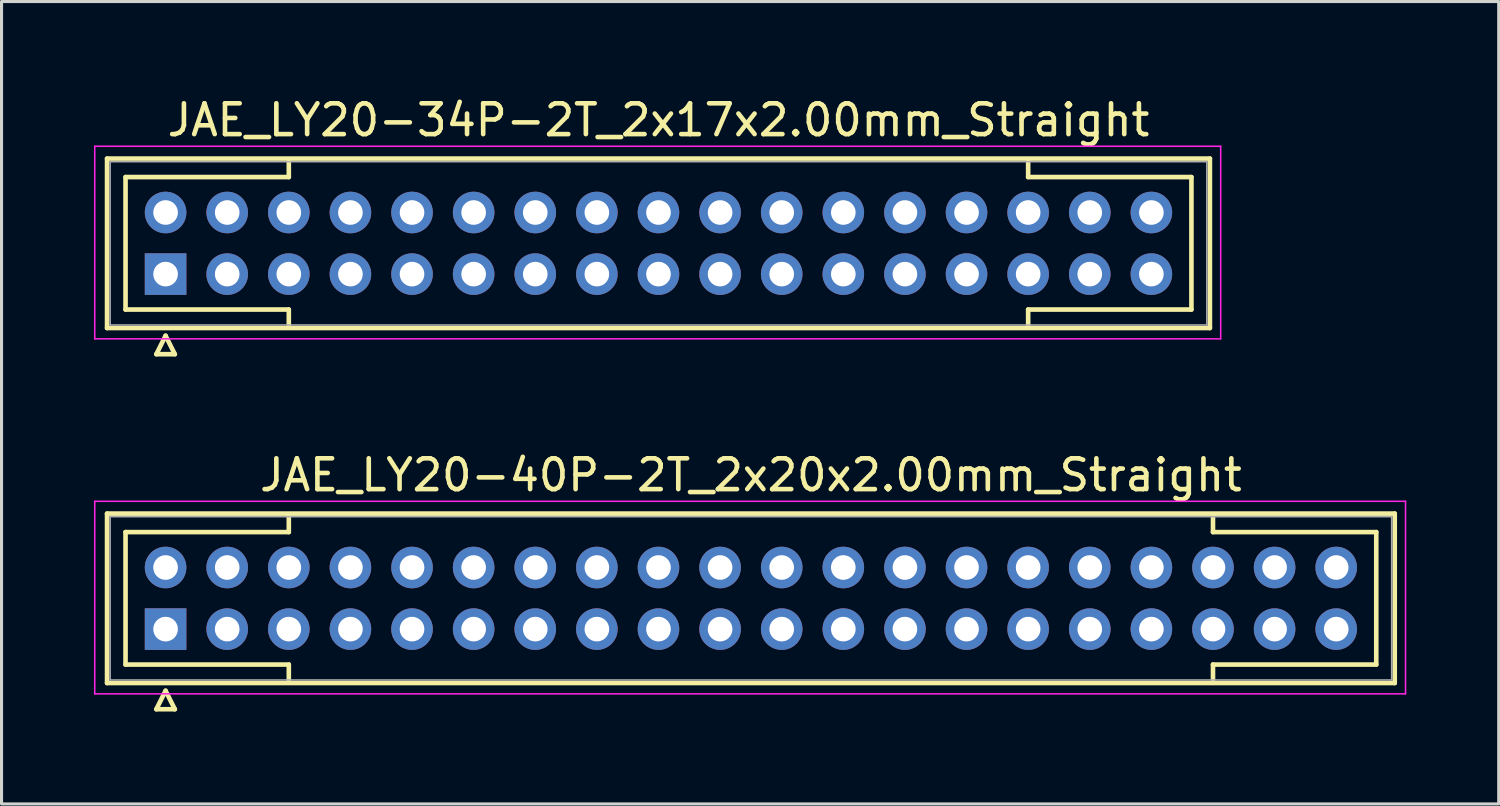
<source format=kicad_pcb>
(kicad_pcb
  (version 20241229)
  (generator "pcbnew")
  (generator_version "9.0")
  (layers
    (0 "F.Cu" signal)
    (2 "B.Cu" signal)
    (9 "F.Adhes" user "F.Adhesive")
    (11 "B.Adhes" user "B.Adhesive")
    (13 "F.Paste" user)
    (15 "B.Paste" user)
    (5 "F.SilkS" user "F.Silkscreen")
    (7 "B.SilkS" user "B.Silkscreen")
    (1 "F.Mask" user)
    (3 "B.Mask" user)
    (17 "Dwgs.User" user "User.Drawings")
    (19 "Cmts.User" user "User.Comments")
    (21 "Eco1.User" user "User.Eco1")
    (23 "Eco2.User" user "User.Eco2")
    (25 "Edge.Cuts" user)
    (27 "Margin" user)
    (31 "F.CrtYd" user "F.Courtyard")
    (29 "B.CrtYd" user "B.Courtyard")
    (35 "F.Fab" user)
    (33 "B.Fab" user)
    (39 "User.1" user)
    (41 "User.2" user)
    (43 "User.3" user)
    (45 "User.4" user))
  (footprint "JAE_LY20-34P-2T_2x17x2.00mm_Straight"
    (layer "F.Cu")
    (at 2.325 5.848)
    (property "Reference" "JAE_LY20-34P-2T_2x17x2.00mm_Straight" (at 16 -5 0) (layer "F.SilkS") (effects (font (size 1 1) (thickness 0.15))))
    (attr through_hole)
    (fp_line (start -1.9 -3.75) (end -1.9 1.75) (stroke (width 0.15) (type solid)) (layer "F.SilkS"))
    (fp_line (start -1.9 1.75) (end 33.9 1.75) (stroke (width 0.15) (type solid)) (layer "F.SilkS"))
    (fp_line (start -1.3 -3.15) (end 4 -3.15) (stroke (width 0.15) (type solid)) (layer "F.SilkS"))
    (fp_line (start -1.3 1.15) (end -1.3 -3.15) (stroke (width 0.15) (type solid)) (layer "F.SilkS"))
    (fp_line (start -0.3 2.6) (end 0.3 2.6) (stroke (width 0.15) (type solid)) (layer "F.SilkS"))
    (fp_line (start 0 2) (end -0.3 2.6) (stroke (width 0.15) (type solid)) (layer "F.SilkS"))
    (fp_line (start 0.3 2.6) (end 0 2) (stroke (width 0.15) (type solid)) (layer "F.SilkS"))
    (fp_line (start 4 -3.15) (end 4 -3.65) (stroke (width 0.15) (type solid)) (layer "F.SilkS"))
    (fp_line (start 4 1.15) (end -1.3 1.15) (stroke (width 0.15) (type solid)) (layer "F.SilkS"))
    (fp_line (start 4 1.65) (end 4 1.15) (stroke (width 0.15) (type solid)) (layer "F.SilkS"))
    (fp_line (start 28 -3.15) (end 28 -3.65) (stroke (width 0.15) (type solid)) (layer "F.SilkS"))
    (fp_line (start 28 1.15) (end 33.3 1.15) (stroke (width 0.15) (type solid)) (layer "F.SilkS"))
    (fp_line (start 28 1.65) (end 28 1.15) (stroke (width 0.15) (type solid)) (layer "F.SilkS"))
    (fp_line (start 33.3 -3.15) (end 28 -3.15) (stroke (width 0.15) (type solid)) (layer "F.SilkS"))
    (fp_line (start 33.3 1.15) (end 33.3 -3.15) (stroke (width 0.15) (type solid)) (layer "F.SilkS"))
    (fp_line (start 33.9 -3.75) (end -1.9 -3.75) (stroke (width 0.15) (type solid)) (layer "F.SilkS"))
    (fp_line (start 33.9 1.75) (end 33.9 -3.75) (stroke (width 0.15) (type solid)) (layer "F.SilkS"))
    (fp_line (start -2.3 -4.15) (end -2.3 2.1) (stroke (width 0.05) (type solid)) (layer "F.CrtYd"))
    (fp_line (start -2.3 2.1) (end 34.25 2.1) (stroke (width 0.05) (type solid)) (layer "F.CrtYd"))
    (fp_line (start 34.25 -4.15) (end -2.3 -4.15) (stroke (width 0.05) (type solid)) (layer "F.CrtYd"))
    (fp_line (start 34.25 2.1) (end 34.25 -4.15) (stroke (width 0.05) (type solid)) (layer "F.CrtYd"))
    (fp_line (start -1.8 -3.65) (end -1.8 1.65) (stroke (width 0.05) (type solid)) (layer "F.Fab"))
    (fp_line (start -1.8 1.65) (end 33.8 1.65) (stroke (width 0.05) (type solid)) (layer "F.Fab"))
    (fp_line (start 33.8 -3.65) (end -1.8 -3.65) (stroke (width 0.05) (type solid)) (layer "F.Fab"))
    (fp_line (start 33.8 1.65) (end 33.8 -3.65) (stroke (width 0.05) (type solid)) (layer "F.Fab"))
    (pad "1" thru_hole rect (at 0 0) (size 1.35 1.35) (drill 0.8) (layers "*.Cu" "*.Mask"))
    (pad "2" thru_hole circle (at 2 0) (size 1.35 1.35) (drill 0.8) (layers "*.Cu" "*.Mask"))
    (pad "3" thru_hole circle (at 4 0) (size 1.35 1.35) (drill 0.8) (layers "*.Cu" "*.Mask"))
    (pad "4" thru_hole circle (at 6 0) (size 1.35 1.35) (drill 0.8) (layers "*.Cu" "*.Mask"))
    (pad "5" thru_hole circle (at 8 0) (size 1.35 1.35) (drill 0.8) (layers "*.Cu" "*.Mask"))
    (pad "6" thru_hole circle (at 10 0) (size 1.35 1.35) (drill 0.8) (layers "*.Cu" "*.Mask"))
    (pad "7" thru_hole circle (at 12 0) (size 1.35 1.35) (drill 0.8) (layers "*.Cu" "*.Mask"))
    (pad "8" thru_hole circle (at 14 0) (size 1.35 1.35) (drill 0.8) (layers "*.Cu" "*.Mask"))
    (pad "9" thru_hole circle (at 16 0) (size 1.35 1.35) (drill 0.8) (layers "*.Cu" "*.Mask"))
    (pad "10" thru_hole circle (at 18 0) (size 1.35 1.35) (drill 0.8) (layers "*.Cu" "*.Mask"))
    (pad "11" thru_hole circle (at 20 0) (size 1.35 1.35) (drill 0.8) (layers "*.Cu" "*.Mask"))
    (pad "12" thru_hole circle (at 22 0) (size 1.35 1.35) (drill 0.8) (layers "*.Cu" "*.Mask"))
    (pad "13" thru_hole circle (at 24 0) (size 1.35 1.35) (drill 0.8) (layers "*.Cu" "*.Mask"))
    (pad "14" thru_hole circle (at 26 0) (size 1.35 1.35) (drill 0.8) (layers "*.Cu" "*.Mask"))
    (pad "15" thru_hole circle (at 28 0) (size 1.35 1.35) (drill 0.8) (layers "*.Cu" "*.Mask"))
    (pad "16" thru_hole circle (at 30 0) (size 1.35 1.35) (drill 0.8) (layers "*.Cu" "*.Mask"))
    (pad "17" thru_hole circle (at 32 0) (size 1.35 1.35) (drill 0.8) (layers "*.Cu" "*.Mask"))
    (pad "18" thru_hole circle (at 0 -2) (size 1.35 1.35) (drill 0.8) (layers "*.Cu" "*.Mask"))
    (pad "19" thru_hole circle (at 2 -2) (size 1.35 1.35) (drill 0.8) (layers "*.Cu" "*.Mask"))
    (pad "20" thru_hole circle (at 4 -2) (size 1.35 1.35) (drill 0.8) (layers "*.Cu" "*.Mask"))
    (pad "21" thru_hole circle (at 6 -2) (size 1.35 1.35) (drill 0.8) (layers "*.Cu" "*.Mask"))
    (pad "22" thru_hole circle (at 8 -2) (size 1.35 1.35) (drill 0.8) (layers "*.Cu" "*.Mask"))
    (pad "23" thru_hole circle (at 10 -2) (size 1.35 1.35) (drill 0.8) (layers "*.Cu" "*.Mask"))
    (pad "24" thru_hole circle (at 12 -2) (size 1.35 1.35) (drill 0.8) (layers "*.Cu" "*.Mask"))
    (pad "25" thru_hole circle (at 14 -2) (size 1.35 1.35) (drill 0.8) (layers "*.Cu" "*.Mask"))
    (pad "26" thru_hole circle (at 16 -2) (size 1.35 1.35) (drill 0.8) (layers "*.Cu" "*.Mask"))
    (pad "27" thru_hole circle (at 18 -2) (size 1.35 1.35) (drill 0.8) (layers "*.Cu" "*.Mask"))
    (pad "28" thru_hole circle (at 20 -2) (size 1.35 1.35) (drill 0.8) (layers "*.Cu" "*.Mask"))
    (pad "29" thru_hole circle (at 22 -2) (size 1.35 1.35) (drill 0.8) (layers "*.Cu" "*.Mask"))
    (pad "30" thru_hole circle (at 24 -2) (size 1.35 1.35) (drill 0.8) (layers "*.Cu" "*.Mask"))
    (pad "31" thru_hole circle (at 26 -2) (size 1.35 1.35) (drill 0.8) (layers "*.Cu" "*.Mask"))
    (pad "32" thru_hole circle (at 28 -2) (size 1.35 1.35) (drill 0.8) (layers "*.Cu" "*.Mask"))
    (pad "33" thru_hole circle (at 30 -2) (size 1.35 1.35) (drill 0.8) (layers "*.Cu" "*.Mask"))
    (pad "34" thru_hole circle (at 32 -2) (size 1.35 1.35) (drill 0.8) (layers "*.Cu" "*.Mask")))
  (footprint "JAE_LY20-40P-2T_2x20x2.00mm_Straight"
    (layer "F.Cu")
    (at 2.325 17.372)
    (property "Reference" "JAE_LY20-40P-2T_2x20x2.00mm_Straight" (at 19 -5 0) (layer "F.SilkS") (effects (font (size 1 1) (thickness 0.15))))
    (attr through_hole)
    (fp_line (start -1.9 -3.75) (end -1.9 1.75) (stroke (width 0.15) (type solid)) (layer "F.SilkS"))
    (fp_line (start -1.9 1.75) (end 39.9 1.75) (stroke (width 0.15) (type solid)) (layer "F.SilkS"))
    (fp_line (start -1.3 -3.15) (end 4 -3.15) (stroke (width 0.15) (type solid)) (layer "F.SilkS"))
    (fp_line (start -1.3 1.15) (end -1.3 -3.15) (stroke (width 0.15) (type solid)) (layer "F.SilkS"))
    (fp_line (start -0.3 2.6) (end 0.3 2.6) (stroke (width 0.15) (type solid)) (layer "F.SilkS"))
    (fp_line (start 0 2) (end -0.3 2.6) (stroke (width 0.15) (type solid)) (layer "F.SilkS"))
    (fp_line (start 0.3 2.6) (end 0 2) (stroke (width 0.15) (type solid)) (layer "F.SilkS"))
    (fp_line (start 4 -3.15) (end 4 -3.65) (stroke (width 0.15) (type solid)) (layer "F.SilkS"))
    (fp_line (start 4 1.15) (end -1.3 1.15) (stroke (width 0.15) (type solid)) (layer "F.SilkS"))
    (fp_line (start 4 1.65) (end 4 1.15) (stroke (width 0.15) (type solid)) (layer "F.SilkS"))
    (fp_line (start 34 -3.15) (end 34 -3.65) (stroke (width 0.15) (type solid)) (layer "F.SilkS"))
    (fp_line (start 34 1.15) (end 39.3 1.15) (stroke (width 0.15) (type solid)) (layer "F.SilkS"))
    (fp_line (start 34 1.65) (end 34 1.15) (stroke (width 0.15) (type solid)) (layer "F.SilkS"))
    (fp_line (start 39.3 -3.15) (end 34 -3.15) (stroke (width 0.15) (type solid)) (layer "F.SilkS"))
    (fp_line (start 39.3 1.15) (end 39.3 -3.15) (stroke (width 0.15) (type solid)) (layer "F.SilkS"))
    (fp_line (start 39.9 -3.75) (end -1.9 -3.75) (stroke (width 0.15) (type solid)) (layer "F.SilkS"))
    (fp_line (start 39.9 1.75) (end 39.9 -3.75) (stroke (width 0.15) (type solid)) (layer "F.SilkS"))
    (fp_line (start -2.3 -4.15) (end -2.3 2.1) (stroke (width 0.05) (type solid)) (layer "F.CrtYd"))
    (fp_line (start -2.3 2.1) (end 40.25 2.1) (stroke (width 0.05) (type solid)) (layer "F.CrtYd"))
    (fp_line (start 40.25 -4.15) (end -2.3 -4.15) (stroke (width 0.05) (type solid)) (layer "F.CrtYd"))
    (fp_line (start 40.25 2.1) (end 40.25 -4.15) (stroke (width 0.05) (type solid)) (layer "F.CrtYd"))
    (fp_line (start -1.8 -3.65) (end -1.8 1.65) (stroke (width 0.05) (type solid)) (layer "F.Fab"))
    (fp_line (start -1.8 1.65) (end 39.8 1.65) (stroke (width 0.05) (type solid)) (layer "F.Fab"))
    (fp_line (start 39.8 -3.65) (end -1.8 -3.65) (stroke (width 0.05) (type solid)) (layer "F.Fab"))
    (fp_line (start 39.8 1.65) (end 39.8 -3.65) (stroke (width 0.05) (type solid)) (layer "F.Fab"))
    (pad "1" thru_hole rect (at 0 0) (size 1.35 1.35) (drill 0.8) (layers "*.Cu" "*.Mask"))
    (pad "2" thru_hole circle (at 2 0) (size 1.35 1.35) (drill 0.8) (layers "*.Cu" "*.Mask"))
    (pad "3" thru_hole circle (at 4 0) (size 1.35 1.35) (drill 0.8) (layers "*.Cu" "*.Mask"))
    (pad "4" thru_hole circle (at 6 0) (size 1.35 1.35) (drill 0.8) (layers "*.Cu" "*.Mask"))
    (pad "5" thru_hole circle (at 8 0) (size 1.35 1.35) (drill 0.8) (layers "*.Cu" "*.Mask"))
    (pad "6" thru_hole circle (at 10 0) (size 1.35 1.35) (drill 0.8) (layers "*.Cu" "*.Mask"))
    (pad "7" thru_hole circle (at 12 0) (size 1.35 1.35) (drill 0.8) (layers "*.Cu" "*.Mask"))
    (pad "8" thru_hole circle (at 14 0) (size 1.35 1.35) (drill 0.8) (layers "*.Cu" "*.Mask"))
    (pad "9" thru_hole circle (at 16 0) (size 1.35 1.35) (drill 0.8) (layers "*.Cu" "*.Mask"))
    (pad "10" thru_hole circle (at 18 0) (size 1.35 1.35) (drill 0.8) (layers "*.Cu" "*.Mask"))
    (pad "11" thru_hole circle (at 20 0) (size 1.35 1.35) (drill 0.8) (layers "*.Cu" "*.Mask"))
    (pad "12" thru_hole circle (at 22 0) (size 1.35 1.35) (drill 0.8) (layers "*.Cu" "*.Mask"))
    (pad "13" thru_hole circle (at 24 0) (size 1.35 1.35) (drill 0.8) (layers "*.Cu" "*.Mask"))
    (pad "14" thru_hole circle (at 26 0) (size 1.35 1.35) (drill 0.8) (layers "*.Cu" "*.Mask"))
    (pad "15" thru_hole circle (at 28 0) (size 1.35 1.35) (drill 0.8) (layers "*.Cu" "*.Mask"))
    (pad "16" thru_hole circle (at 30 0) (size 1.35 1.35) (drill 0.8) (layers "*.Cu" "*.Mask"))
    (pad "17" thru_hole circle (at 32 0) (size 1.35 1.35) (drill 0.8) (layers "*.Cu" "*.Mask"))
    (pad "18" thru_hole circle (at 34 0) (size 1.35 1.35) (drill 0.8) (layers "*.Cu" "*.Mask"))
    (pad "19" thru_hole circle (at 36 0) (size 1.35 1.35) (drill 0.8) (layers "*.Cu" "*.Mask"))
    (pad "20" thru_hole circle (at 38 0) (size 1.35 1.35) (drill 0.8) (layers "*.Cu" "*.Mask"))
    (pad "21" thru_hole circle (at 0 -2) (size 1.35 1.35) (drill 0.8) (layers "*.Cu" "*.Mask"))
    (pad "22" thru_hole circle (at 2 -2) (size 1.35 1.35) (drill 0.8) (layers "*.Cu" "*.Mask"))
    (pad "23" thru_hole circle (at 4 -2) (size 1.35 1.35) (drill 0.8) (layers "*.Cu" "*.Mask"))
    (pad "24" thru_hole circle (at 6 -2) (size 1.35 1.35) (drill 0.8) (layers "*.Cu" "*.Mask"))
    (pad "25" thru_hole circle (at 8 -2) (size 1.35 1.35) (drill 0.8) (layers "*.Cu" "*.Mask"))
    (pad "26" thru_hole circle (at 10 -2) (size 1.35 1.35) (drill 0.8) (layers "*.Cu" "*.Mask"))
    (pad "27" thru_hole circle (at 12 -2) (size 1.35 1.35) (drill 0.8) (layers "*.Cu" "*.Mask"))
    (pad "28" thru_hole circle (at 14 -2) (size 1.35 1.35) (drill 0.8) (layers "*.Cu" "*.Mask"))
    (pad "29" thru_hole circle (at 16 -2) (size 1.35 1.35) (drill 0.8) (layers "*.Cu" "*.Mask"))
    (pad "30" thru_hole circle (at 18 -2) (size 1.35 1.35) (drill 0.8) (layers "*.Cu" "*.Mask"))
    (pad "31" thru_hole circle (at 20 -2) (size 1.35 1.35) (drill 0.8) (layers "*.Cu" "*.Mask"))
    (pad "32" thru_hole circle (at 22 -2) (size 1.35 1.35) (drill 0.8) (layers "*.Cu" "*.Mask"))
    (pad "33" thru_hole circle (at 24 -2) (size 1.35 1.35) (drill 0.8) (layers "*.Cu" "*.Mask"))
    (pad "34" thru_hole circle (at 26 -2) (size 1.35 1.35) (drill 0.8) (layers "*.Cu" "*.Mask"))
    (pad "35" thru_hole circle (at 28 -2) (size 1.35 1.35) (drill 0.8) (layers "*.Cu" "*.Mask"))
    (pad "36" thru_hole circle (at 30 -2) (size 1.35 1.35) (drill 0.8) (layers "*.Cu" "*.Mask"))
    (pad "37" thru_hole circle (at 32 -2) (size 1.35 1.35) (drill 0.8) (layers "*.Cu" "*.Mask"))
    (pad "38" thru_hole circle (at 34 -2) (size 1.35 1.35) (drill 0.8) (layers "*.Cu" "*.Mask"))
    (pad "39" thru_hole circle (at 36 -2) (size 1.35 1.35) (drill 0.8) (layers "*.Cu" "*.Mask"))
    (pad "40" thru_hole circle (at 38 -2) (size 1.35 1.35) (drill 0.8) (layers "*.Cu" "*.Mask")))
  (gr_rect
    (start -3 -3)
    (end 45.6 23.047)
    (stroke (width 0.1) (type default))
    (fill no)
    (layer "Edge.Cuts")))
</source>
